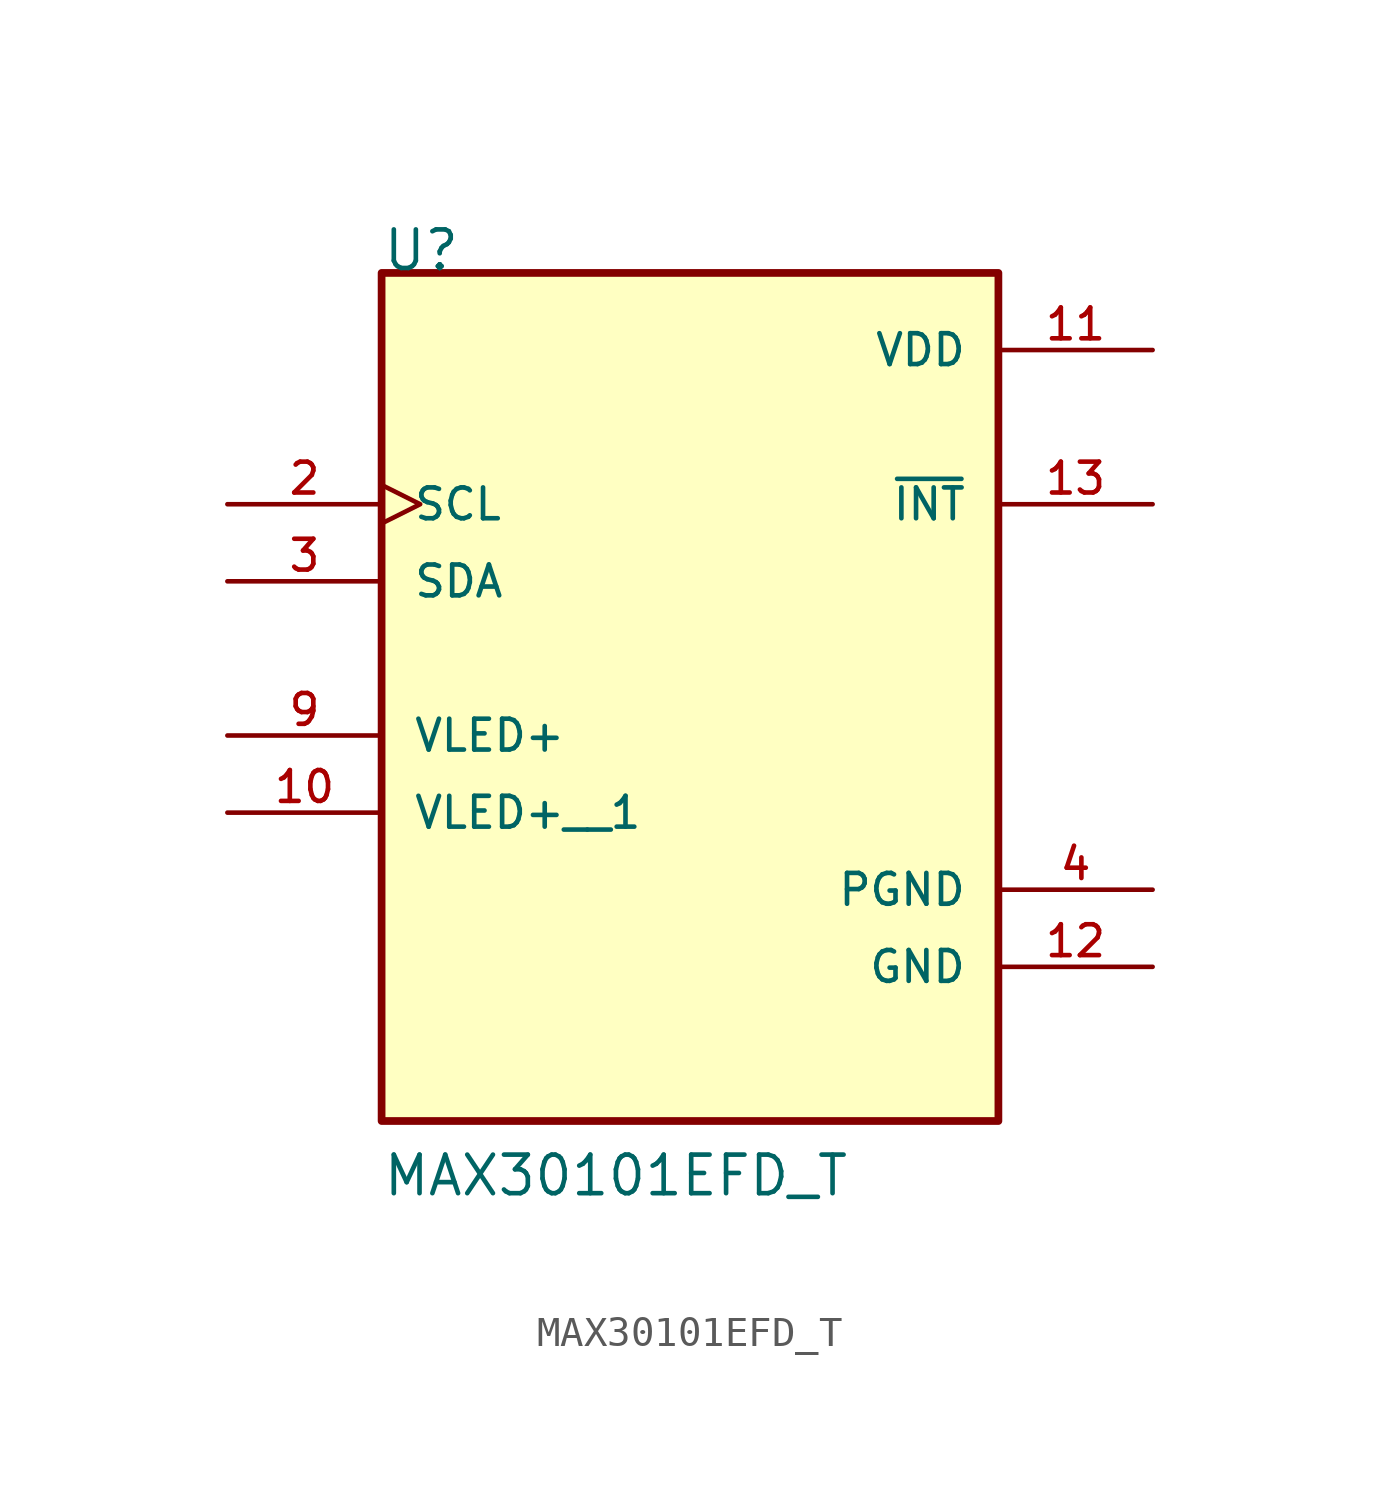
<source format=kicad_sym>
(kicad_symbol_lib
  (version 20211014)
  (generator kicad_symbol_editor)
  (symbol "MAX30101EFD_T"
    (pin_names
      (offset 1.016))
    (property "Reference" "U"
      (at -10.16 12.7 0)
      (effects (font (size 1.27 1.27)) (justify bottom left)))
    (property "Value" "MAX30101EFD_T"
      (at -10.16 -17.78 0)
      (effects (font (size 1.27 1.27)) (justify bottom left)))
    (symbol "MAX30101EFD_T_0_0"
      (rectangle (start -10.16 -15.24) (end 10.16 12.7) (stroke (width 0.254)) (fill (type background)))
      (pin power_in line (at 15.24 10.16 180.0) (length 5.08) (name "VDD" (effects (font (size 1.016 1.016)))) (number "11" (effects (font (size 1.016 1.016)))))
      (pin power_in line (at 15.24 -10.16 180.0) (length 5.08) (name "GND" (effects (font (size 1.016 1.016)))) (number "12" (effects (font (size 1.016 1.016)))))
      (pin output line (at 15.24 5.08 180.0) (length 5.08) (name "~{INT}" (effects (font (size 1.016 1.016)))) (number "13" (effects (font (size 1.016 1.016)))))
      (pin bidirectional line (at -15.24 2.54 0) (length 5.08) (name "SDA" (effects (font (size 1.016 1.016)))) (number "3" (effects (font (size 1.016 1.016)))))
      (pin input clock (at -15.24 5.08 0) (length 5.08) (name "SCL" (effects (font (size 1.016 1.016)))) (number "2" (effects (font (size 1.016 1.016)))))
      (pin passive line (at -15.24 -2.54 0) (length 5.08) (name "VLED+" (effects (font (size 1.016 1.016)))) (number "9" (effects (font (size 1.016 1.016)))))
      (pin power_in line (at 15.24 -7.62 180.0) (length 5.08) (name "PGND" (effects (font (size 1.016 1.016)))) (number "4" (effects (font (size 1.016 1.016)))))
      (pin passive line (at -15.24 -5.08 0) (length 5.08) (name "VLED+__1" (effects (font (size 1.016 1.016)))) (number "10" (effects (font (size 1.016 1.016))))))))
</source>
